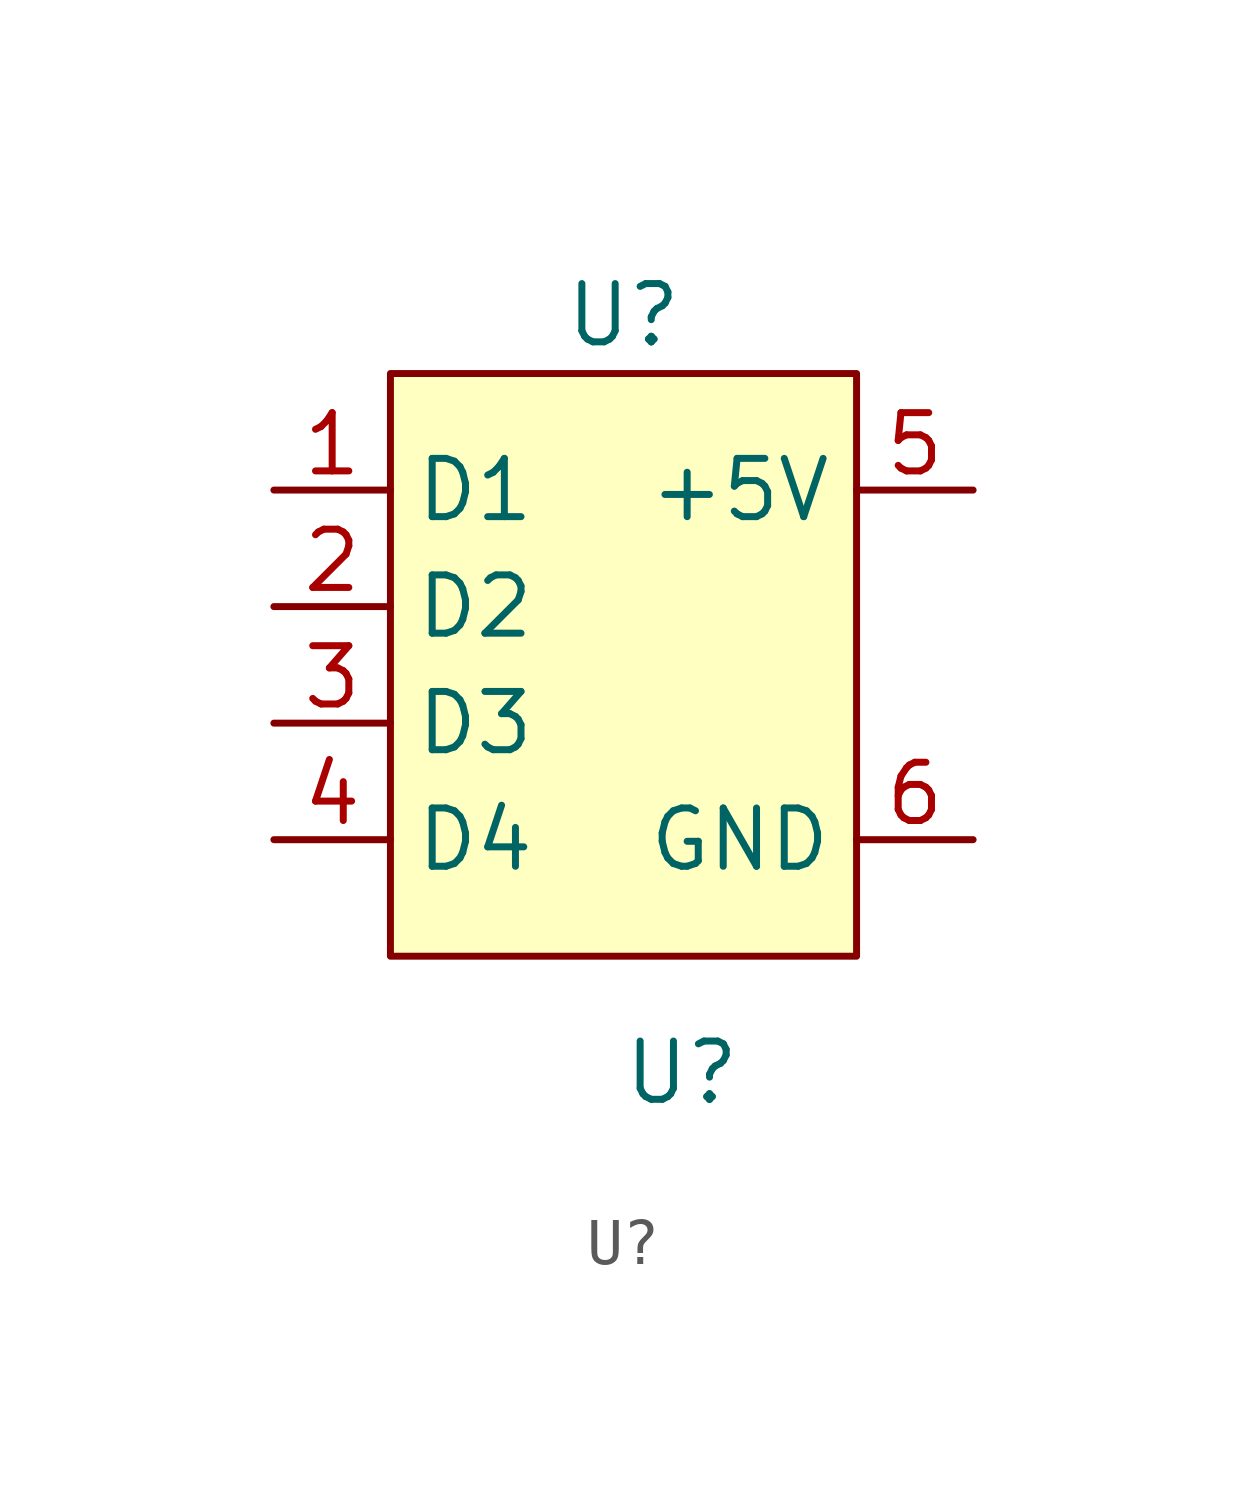
<source format=kicad_sym>
(kicad_symbol_lib
  (version 20211014)
  (generator kicad_symbol_editor)
  (symbol "U?"
    (property "Reference" "U"
      (at -1.27 -8.89 0)
      (effects (font (size 1.27 1.27))))
    (property "Value" "U?"
      (at -2.54 7.62 0)
      (effects (font (size 1.27 1.27))))
    (symbol "U?_0_1"
      (rectangle (start -7.62 6.35) (end 2.54 -6.35) (stroke (width 0.152) (type default) (color 0 0 0 0)) (fill (type background))))
    (symbol "U?_1_1"
      (pin output line (at -10.16 3.81 0) (length 2.54) (name "D1" (effects (font (size 1.27 1.27)))) (number "1" (effects (font (size 1.27 1.27)))))
      (pin output line (at -10.16 1.27 0) (length 2.54) (name "D2" (effects (font (size 1.27 1.27)))) (number "2" (effects (font (size 1.27 1.27)))))
      (pin output line (at -10.16 -1.27 0) (length 2.54) (name "D3" (effects (font (size 1.27 1.27)))) (number "3" (effects (font (size 1.27 1.27)))))
      (pin output line (at -10.16 -3.81 0) (length 2.54) (name "D4" (effects (font (size 1.27 1.27)))) (number "4" (effects (font (size 1.27 1.27)))))
      (pin power_in line (at 5.08 3.81 180) (length 2.54) (name "+5V" (effects (font (size 1.27 1.27)))) (number "5" (effects (font (size 1.27 1.27)))))
      (pin power_in line (at 5.08 -3.81 180) (length 2.54) (name "GND" (effects (font (size 1.27 1.27)))) (number "6" (effects (font (size 1.27 1.27))))))))
</source>
